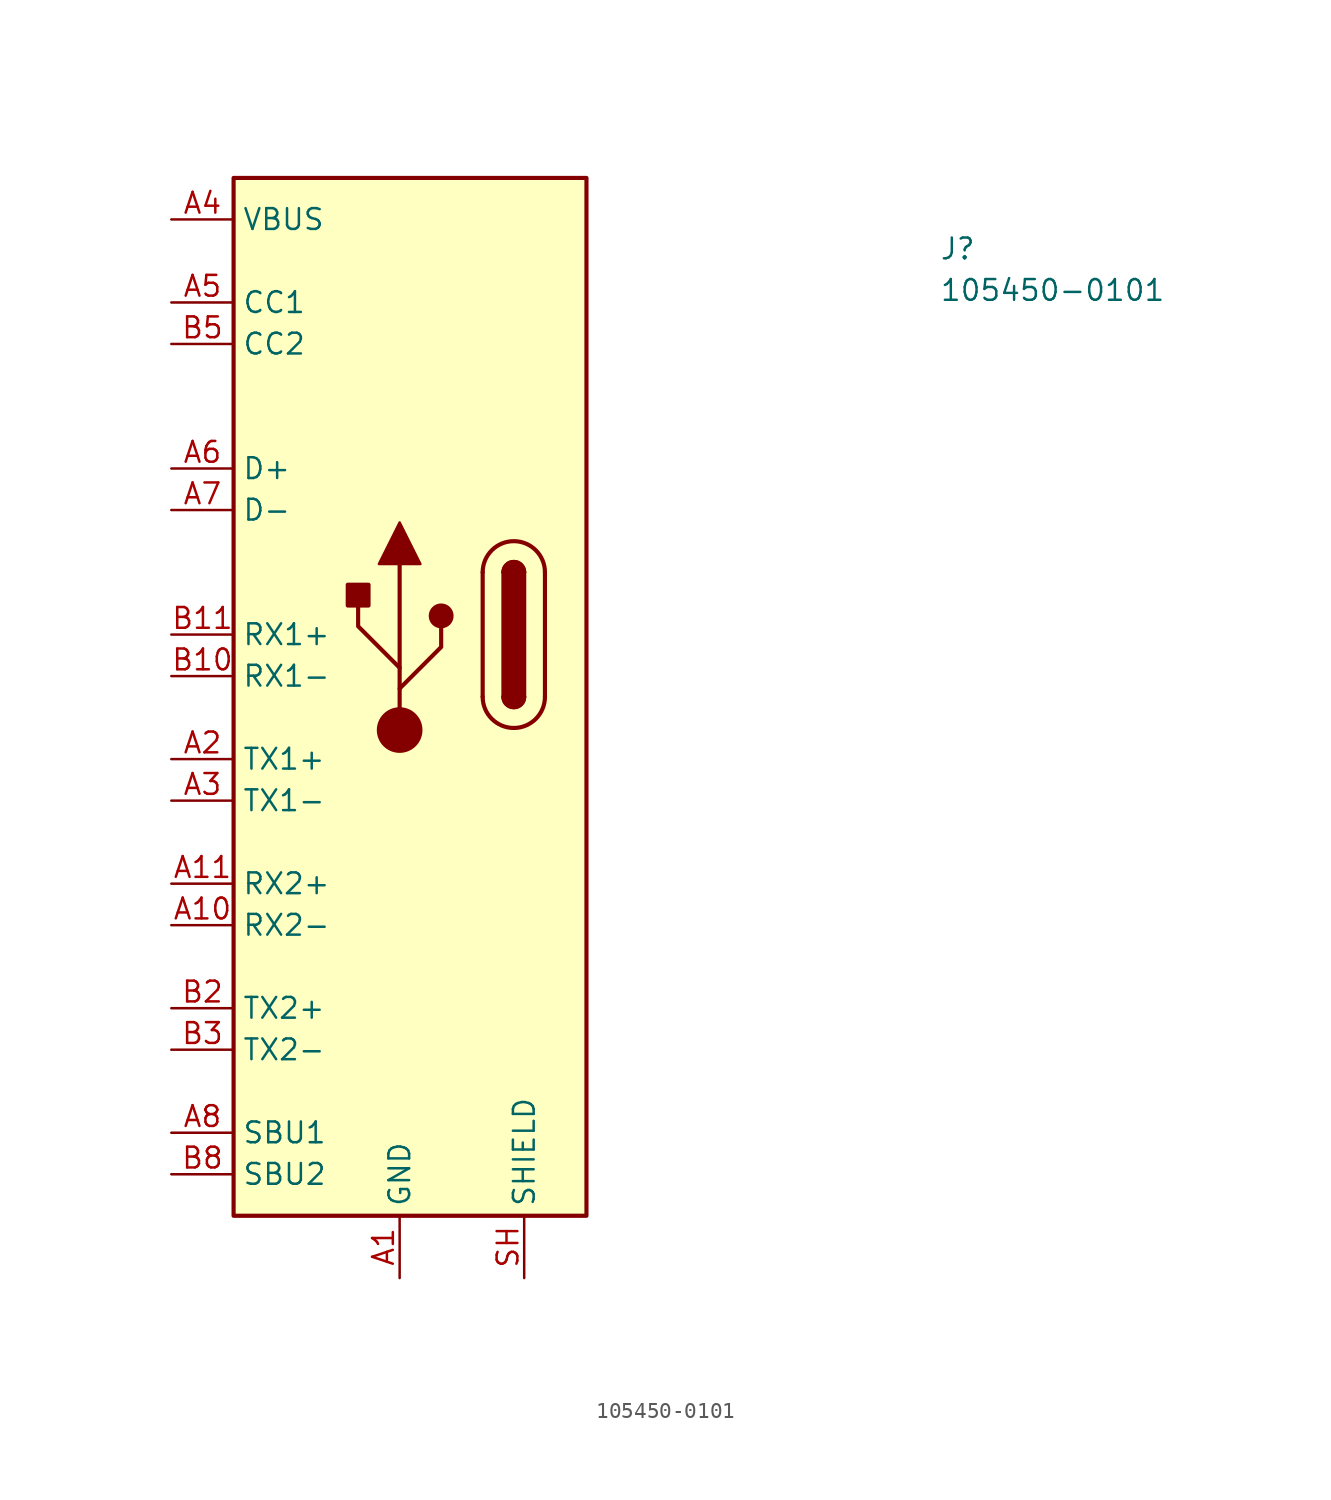
<source format=kicad_sym>
(kicad_symbol_lib
  (version 20211014)
  (generator kicad_symbol_editor)
  (symbol "105450-0101"
    (property "Reference" "J"
      (at 46.99 -2.54 0)
      (effects (font (size 1.27 1.27) (thickness 0.15)) (justify left bottom)))
    (property "Value" "105450-0101"
      (at 46.99 -5.08 0)
      (effects (font (size 1.27 1.27) (thickness 0.15)) (justify left bottom)))
    (symbol "105450-0101_1_1"
      (polyline (pts (xy 13.97 -31.242) (xy 13.97 -21.082)) (stroke (width 0.254) (type default) (color 0 0 0 0)) (fill (type background)))
      (polyline (pts (xy 19.05 -21.59) (xy 19.05 -29.21)) (stroke (width 0.254) (type default) (color 0 0 0 0)) (fill (type background)))
      (polyline (pts (xy 22.86 -29.21) (xy 22.86 -21.59)) (stroke (width 0.254) (type default) (color 0 0 0 0)) (fill (type background)))
      (polyline (pts (xy 13.97 -28.702) (xy 16.51 -26.162) (xy 16.51 -24.892)) (stroke (width 0.254) (type default) (color 0 0 0 0)) (fill (type background)))
      (polyline (pts (xy 13.97 -27.432) (xy 11.43 -24.892) (xy 11.43 -23.622)) (stroke (width 0.254) (type default) (color 0 0 0 0)) (fill (type background)))
      (polyline (pts (xy 15.24 -21.082) (xy 13.97 -18.542) (xy 12.7 -21.082) (xy 15.24 -21.082)) (stroke (width 0) (type default) (color 0 0 0 0)) (fill (type outline)))
      (rectangle (start 3.81 -60.96) (end 25.4 2.54) (stroke (width 0.254) (type default) (color 0 0 0 0)) (fill (type background)))
      (rectangle (start 10.795 -22.352) (end 12.065 -23.622) (stroke (width 0.254) (type default) (color 0 0 0 0)) (fill (type outline)))
      (circle (center 13.97 -31.242) (radius 1.27) (stroke (width 0.254) (type default) (color 0 0 0 0)) (fill (type outline)))
      (circle (center 16.51 -24.257) (radius 0.635) (stroke (width 0.254) (type default) (color 0 0 0 0)) (fill (type outline)))
      (arc (start 19.05 -29.21) (mid 20.955 -31.115) (end 22.86 -29.21) (stroke (width 0.254) (type default) (color 0 0 0 0)) (fill (type background)))
      (arc (start 20.32 -29.21) (mid 20.955 -29.845) (end 21.59 -29.21) (stroke (width 0.254) (type default) (color 0 0 0 0)) (fill (type outline)))
      (arc (start 20.32 -29.21) (mid 20.955 -29.845) (end 21.59 -29.21) (stroke (width 0.254) (type default) (color 0 0 0 0)) (fill (type background)))
      (rectangle (start 20.32 -21.59) (end 21.59 -29.21) (stroke (width 0.254) (type default) (color 0 0 0 0)) (fill (type outline)))
      (arc (start 21.59 -21.59) (mid 20.955 -20.955) (end 20.32 -21.59) (stroke (width 0.254) (type default) (color 0 0 0 0)) (fill (type outline)))
      (arc (start 21.59 -21.59) (mid 20.955 -20.955) (end 20.32 -21.59) (stroke (width 0.254) (type default) (color 0 0 0 0)) (fill (type background)))
      (arc (start 22.86 -21.59) (mid 20.955 -19.685) (end 19.05 -21.59) (stroke (width 0.254) (type default) (color 0 0 0 0)) (fill (type background)))
      (pin passive line (at 13.97 -64.77 90) (length 3.81) (name "GND" (effects (font (size 1.27 1.27)))) (number "A1" (effects (font (size 1.27 1.27)))))
      (pin bidirectional line (at 0 -43.18 0) (length 3.81) (name "RX2-" (effects (font (size 1.27 1.27)))) (number "A10" (effects (font (size 1.27 1.27)))))
      (pin bidirectional line (at 0 -40.64 0) (length 3.81) (name "RX2+" (effects (font (size 1.27 1.27)))) (number "A11" (effects (font (size 1.27 1.27)))))
      (pin passive line (at 13.97 -64.77 90) (length 3.81) hide (name "GND" (effects (font (size 1.27 1.27)))) (number "A12" (effects (font (size 1.27 1.27)))))
      (pin bidirectional line (at 0 -33.02 0) (length 3.81) (name "TX1+" (effects (font (size 1.27 1.27)))) (number "A2" (effects (font (size 1.27 1.27)))))
      (pin bidirectional line (at 0 -35.56 0) (length 3.81) (name "TX1-" (effects (font (size 1.27 1.27)))) (number "A3" (effects (font (size 1.27 1.27)))))
      (pin passive line (at 0 0 0) (length 3.81) (name "VBUS" (effects (font (size 1.27 1.27)))) (number "A4" (effects (font (size 1.27 1.27)))))
      (pin bidirectional line (at 0 -5.08 0) (length 3.81) (name "CC1" (effects (font (size 1.27 1.27)))) (number "A5" (effects (font (size 1.27 1.27)))))
      (pin bidirectional line (at 0 -15.24 0) (length 3.81) (name "D+" (effects (font (size 1.27 1.27)))) (number "A6" (effects (font (size 1.27 1.27)))))
      (pin bidirectional line (at 0 -17.78 0) (length 3.81) (name "D-" (effects (font (size 1.27 1.27)))) (number "A7" (effects (font (size 1.27 1.27)))))
      (pin bidirectional line (at 0 -55.88 0) (length 3.81) (name "SBU1" (effects (font (size 1.27 1.27)))) (number "A8" (effects (font (size 1.27 1.27)))))
      (pin passive line (at 0 0 0) (length 3.81) hide (name "VBUS" (effects (font (size 1.27 1.27)))) (number "A9" (effects (font (size 1.27 1.27)))))
      (pin passive line (at 13.97 -64.77 90) (length 3.81) hide (name "GND" (effects (font (size 1.27 1.27)))) (number "B1" (effects (font (size 1.27 1.27)))))
      (pin bidirectional line (at 0 -27.94 0) (length 3.81) (name "RX1-" (effects (font (size 1.27 1.27)))) (number "B10" (effects (font (size 1.27 1.27)))))
      (pin bidirectional line (at 0 -25.4 0) (length 3.81) (name "RX1+" (effects (font (size 1.27 1.27)))) (number "B11" (effects (font (size 1.27 1.27)))))
      (pin passive line (at 13.97 -64.77 90) (length 3.81) hide (name "GND" (effects (font (size 1.27 1.27)))) (number "B12" (effects (font (size 1.27 1.27)))))
      (pin bidirectional line (at 0 -48.26 0) (length 3.81) (name "TX2+" (effects (font (size 1.27 1.27)))) (number "B2" (effects (font (size 1.27 1.27)))))
      (pin bidirectional line (at 0 -50.8 0) (length 3.81) (name "TX2-" (effects (font (size 1.27 1.27)))) (number "B3" (effects (font (size 1.27 1.27)))))
      (pin passive line (at 0 0 0) (length 3.81) hide (name "VBUS" (effects (font (size 1.27 1.27)))) (number "B4" (effects (font (size 1.27 1.27)))))
      (pin bidirectional line (at 0 -7.62 0) (length 3.81) (name "CC2" (effects (font (size 1.27 1.27)))) (number "B5" (effects (font (size 1.27 1.27)))))
      (pin passive line (at 0 -15.24 0) (length 3.81) hide (name "D+" (effects (font (size 1.27 1.27)))) (number "B6" (effects (font (size 1.27 1.27)))))
      (pin passive line (at 0 -17.78 0) (length 3.81) hide (name "D-" (effects (font (size 1.27 1.27)))) (number "B7" (effects (font (size 1.27 1.27)))))
      (pin bidirectional line (at 0 -58.42 0) (length 3.81) (name "SBU2" (effects (font (size 1.27 1.27)))) (number "B8" (effects (font (size 1.27 1.27)))))
      (pin passive line (at 0 0 0) (length 3.81) hide (name "VBUS" (effects (font (size 1.27 1.27)))) (number "B9" (effects (font (size 1.27 1.27)))))
      (pin passive line (at 21.59 -64.77 90) (length 3.81) (name "SHIELD" (effects (font (size 1.27 1.27)))) (number "SH" (effects (font (size 1.27 1.27))))))))
</source>
